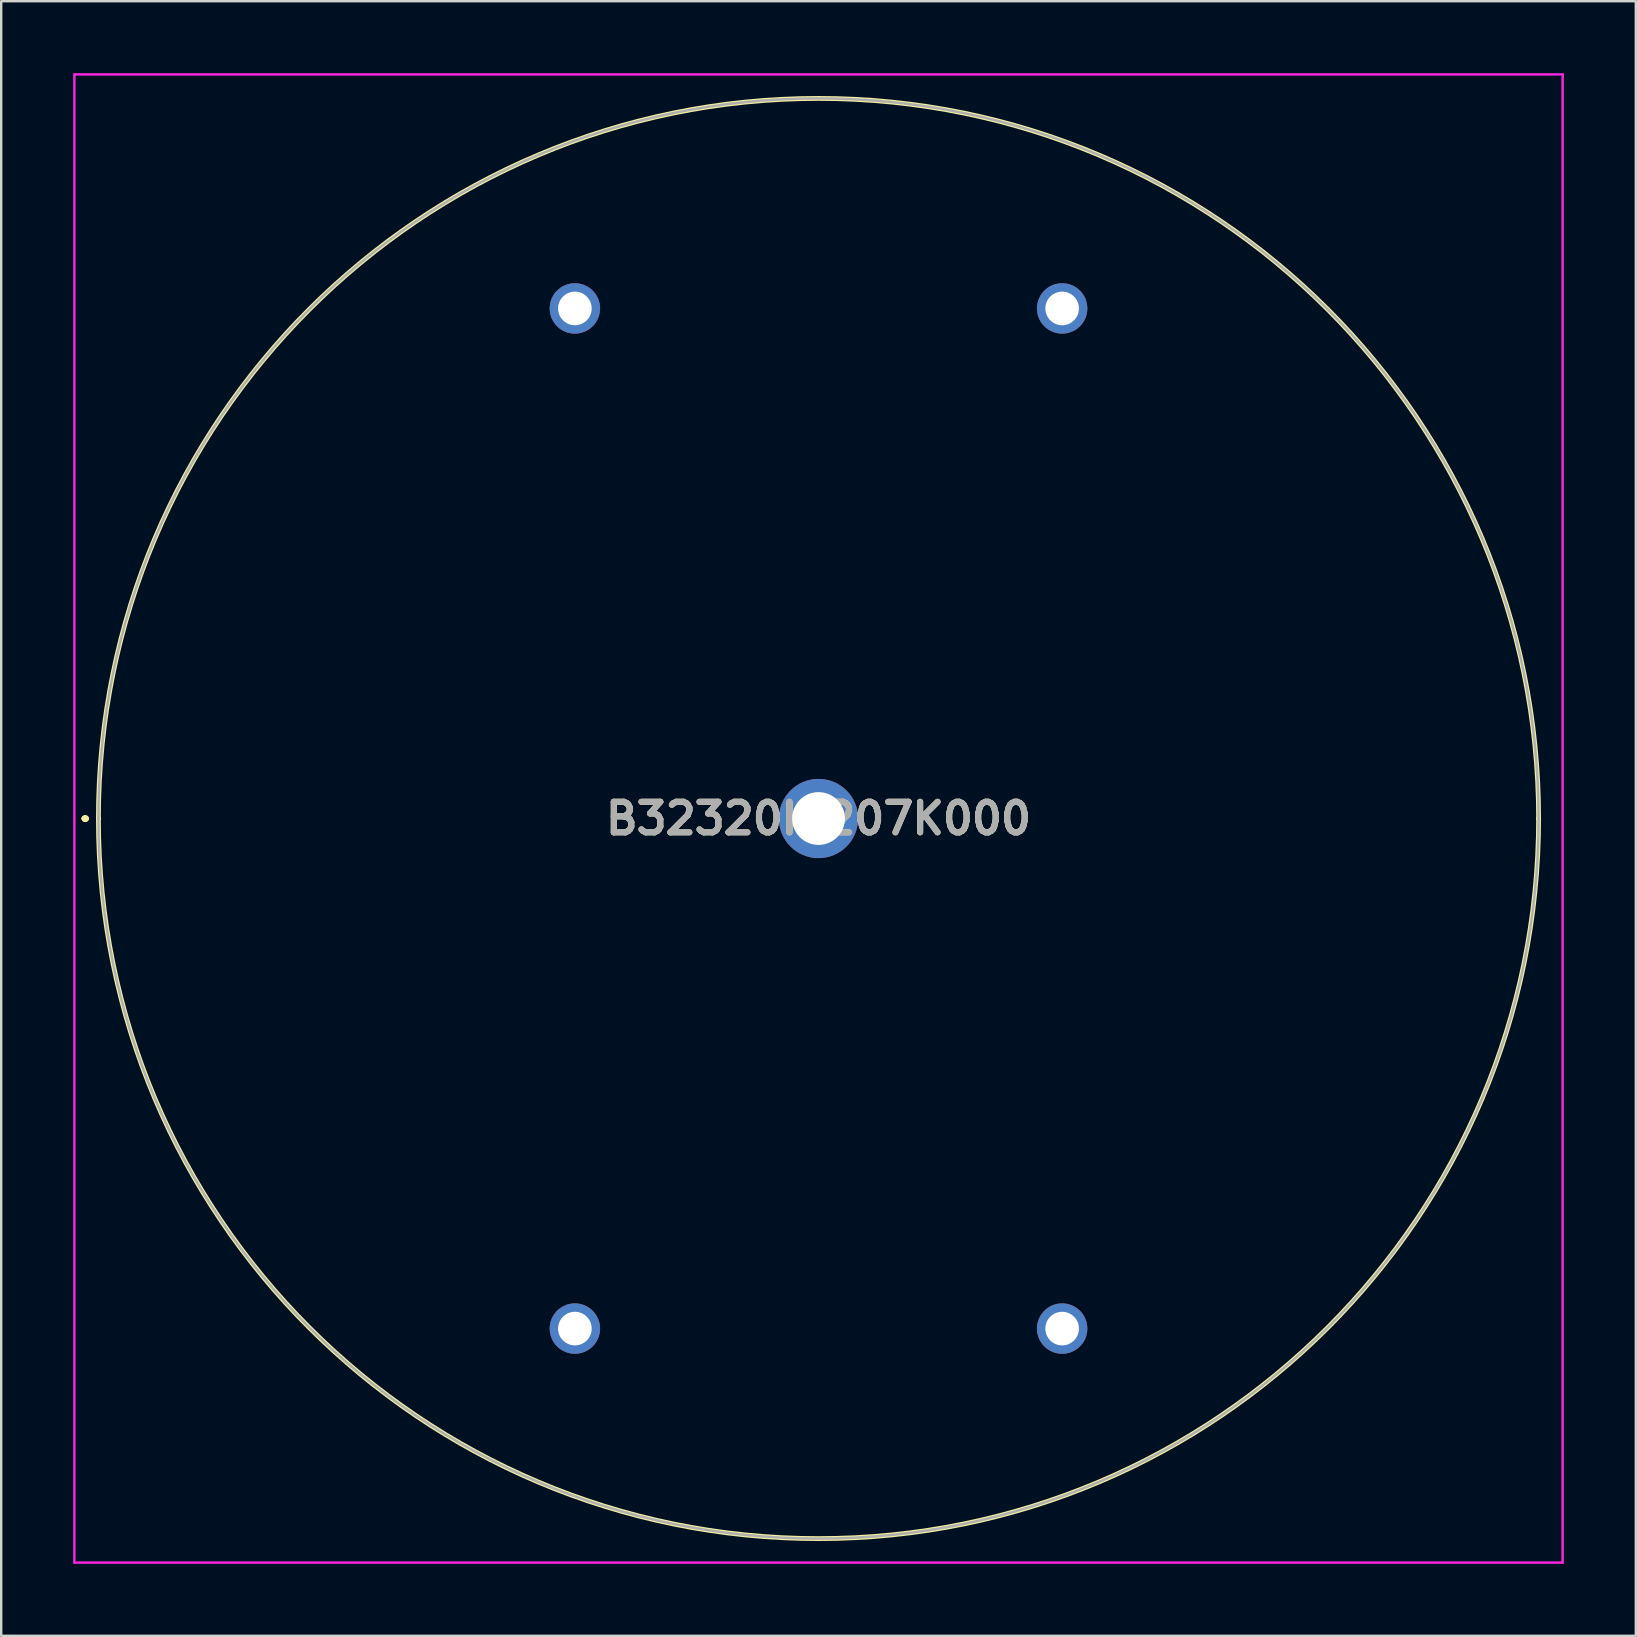
<source format=kicad_pcb>
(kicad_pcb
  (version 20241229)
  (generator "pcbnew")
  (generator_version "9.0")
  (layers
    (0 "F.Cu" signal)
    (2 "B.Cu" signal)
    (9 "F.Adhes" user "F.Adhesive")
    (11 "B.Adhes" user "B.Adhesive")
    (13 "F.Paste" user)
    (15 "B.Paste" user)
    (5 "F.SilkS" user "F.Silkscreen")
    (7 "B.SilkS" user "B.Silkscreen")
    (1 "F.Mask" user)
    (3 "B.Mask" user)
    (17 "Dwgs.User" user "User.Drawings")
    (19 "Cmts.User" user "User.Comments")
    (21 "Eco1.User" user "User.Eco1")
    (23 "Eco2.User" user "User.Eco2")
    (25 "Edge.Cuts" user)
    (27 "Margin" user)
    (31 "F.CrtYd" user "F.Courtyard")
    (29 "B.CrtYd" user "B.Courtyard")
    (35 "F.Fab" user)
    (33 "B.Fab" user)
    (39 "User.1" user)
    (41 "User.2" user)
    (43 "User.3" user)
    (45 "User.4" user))
  (footprint "B32320I8207K000"
    (layer "F.Cu")
    (at 31.05 31.05)
    (property "Reference" "B32320I8207K000" (at 0 0 0) (layer "F.SilkS") (effects (font (size 1.27 1.27) (thickness 0.254))))
    (attr through_hole)
    (fp_line (start -30.6 0) (end -30.6 0) (stroke (width 0.2) (type solid)) (layer "F.SilkS"))
    (fp_line (start -30.6 0) (end -30.6 0) (stroke (width 0.2) (type solid)) (layer "F.SilkS"))
    (fp_line (start -30.5 0) (end -30.5 0) (stroke (width 0.2) (type solid)) (layer "F.SilkS"))
    (fp_line (start -30 0) (end -30 0) (stroke (width 0.2) (type solid)) (layer "F.SilkS"))
    (fp_line (start 30 0) (end 30 0) (stroke (width 0.2) (type solid)) (layer "F.SilkS"))
    (fp_arc (start -30.6 0) (mid -30.55 -0.05) (end -30.5 0) (stroke (width 0.2) (type solid)) (layer "F.SilkS"))
    (fp_arc (start -30.5 0) (mid -30.55 0.05) (end -30.6 0) (stroke (width 0.2) (type solid)) (layer "F.SilkS"))
    (fp_arc (start -30.5 0) (mid -30.55 0.05) (end -30.6 0) (stroke (width 0.2) (type solid)) (layer "F.SilkS"))
    (fp_arc (start -30 0) (mid 0 -30) (end 30 0) (stroke (width 0.2) (type solid)) (layer "F.SilkS"))
    (fp_arc (start 30 0) (mid 0 30) (end -30 0) (stroke (width 0.2) (type solid)) (layer "F.SilkS"))
    (fp_line (start -31 -31) (end 31 -31) (stroke (width 0.1) (type solid)) (layer "F.CrtYd"))
    (fp_line (start -31 31) (end -31 -31) (stroke (width 0.1) (type solid)) (layer "F.CrtYd"))
    (fp_line (start 31 -31) (end 31 31) (stroke (width 0.1) (type solid)) (layer "F.CrtYd"))
    (fp_line (start 31 31) (end -31 31) (stroke (width 0.1) (type solid)) (layer "F.CrtYd"))
    (fp_line (start -30 0) (end -30 0) (stroke (width 0.1) (type solid)) (layer "F.Fab"))
    (fp_line (start 30 0) (end 30 0) (stroke (width 0.1) (type solid)) (layer "F.Fab"))
    (fp_arc (start -30 0) (mid 0 -30) (end 30 0) (stroke (width 0.1) (type solid)) (layer "F.Fab"))
    (fp_arc (start 30 0) (mid 0 30) (end -30 0) (stroke (width 0.1) (type solid)) (layer "F.Fab"))
    (fp_text user "${REFERENCE}" (at 0 0 0) (layer "F.Fab") (effects (font (size 1.27 1.27) (thickness 0.254))))
    (pad "1" thru_hole circle (at 0 0) (size 3.3 3.3) (drill 2.2) (layers "*.Cu" "*.Mask"))
    (pad "2" thru_hole circle (at -10.15 21.25) (size 2.1 2.1) (drill 1.4) (layers "*.Cu" "*.Mask"))
    (pad "3" thru_hole circle (at 10.15 21.25) (size 2.1 2.1) (drill 1.4) (layers "*.Cu" "*.Mask"))
    (pad "4" thru_hole circle (at 10.15 -21.25) (size 2.1 2.1) (drill 1.4) (layers "*.Cu" "*.Mask"))
    (pad "5" thru_hole circle (at -10.15 -21.25) (size 2.1 2.1) (drill 1.4) (layers "*.Cu" "*.Mask")))
  (gr_rect
    (start -3 -3)
    (end 65.1 65.1)
    (stroke (width 0.1) (type default))
    (fill no)
    (layer "Edge.Cuts")))
</source>
